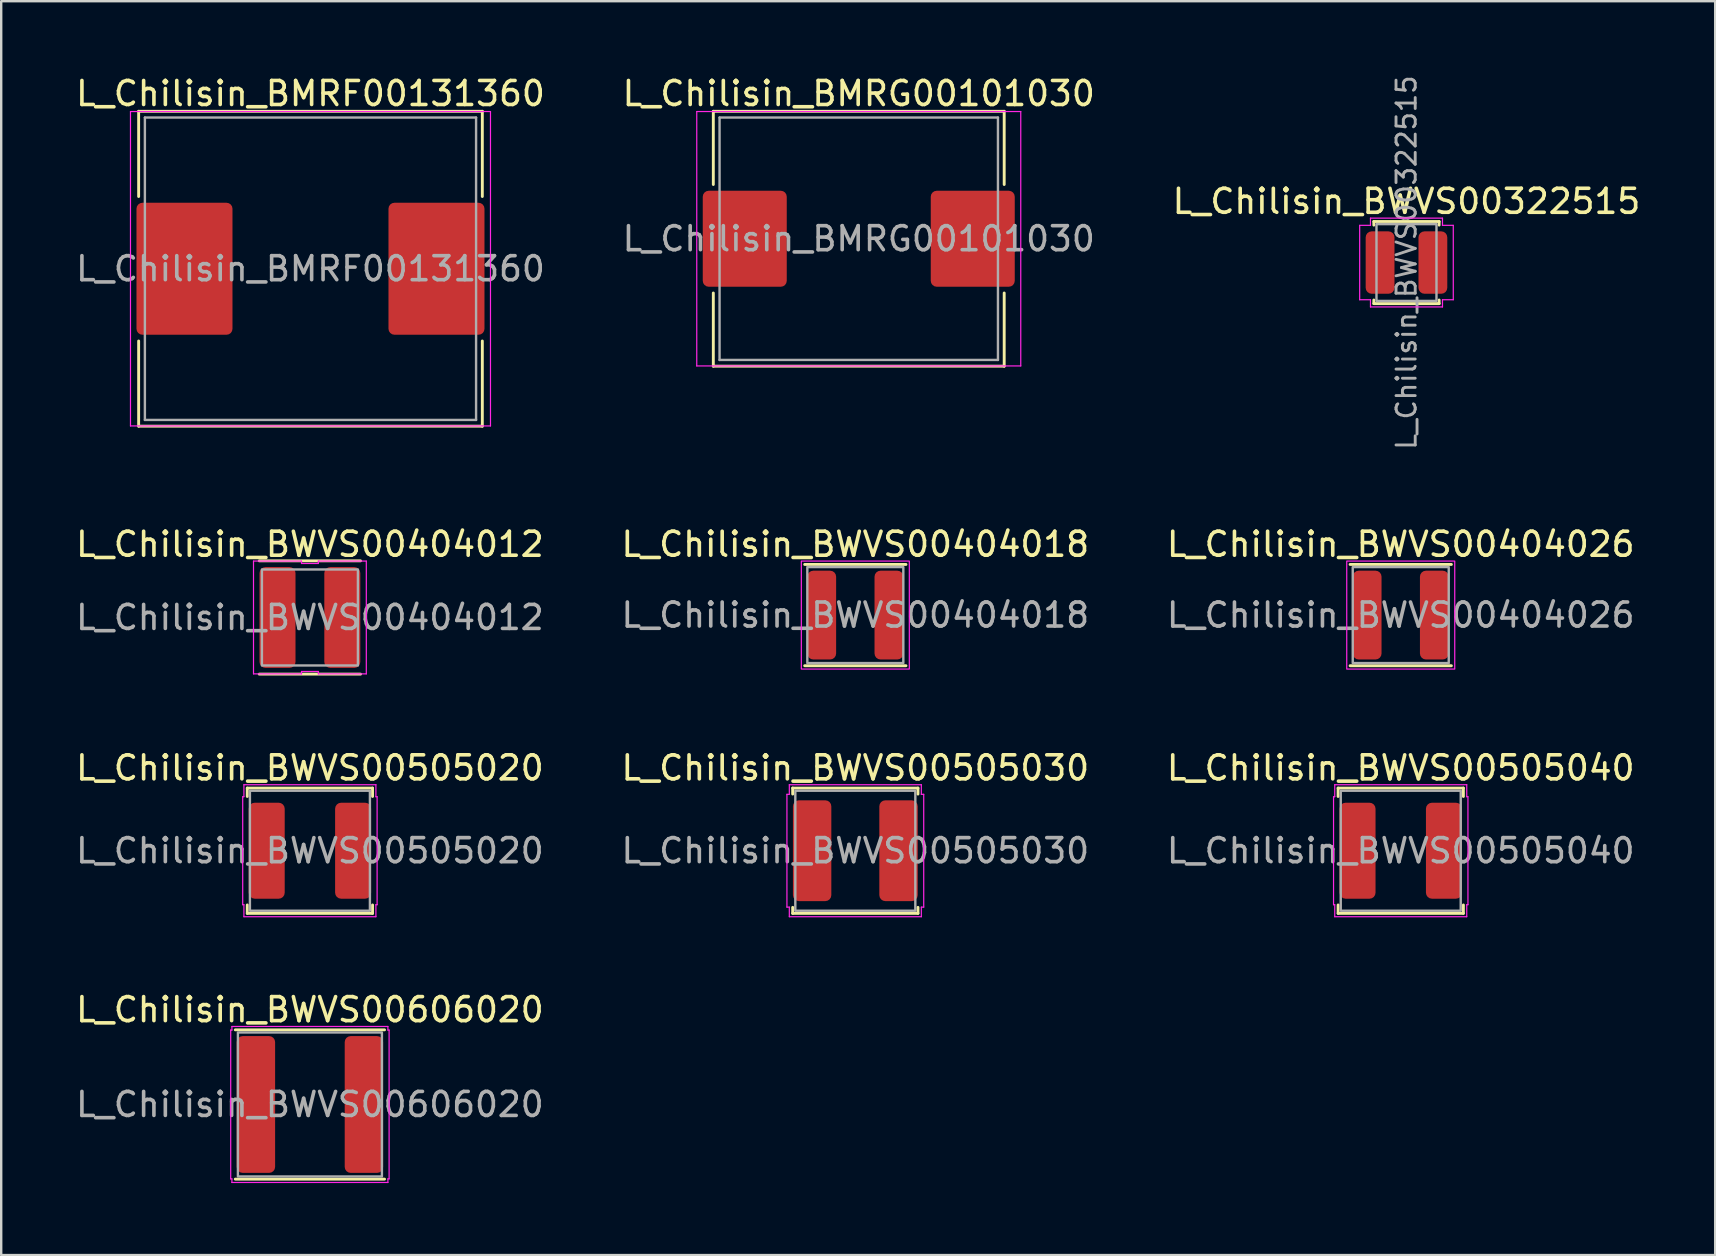
<source format=kicad_pcb>
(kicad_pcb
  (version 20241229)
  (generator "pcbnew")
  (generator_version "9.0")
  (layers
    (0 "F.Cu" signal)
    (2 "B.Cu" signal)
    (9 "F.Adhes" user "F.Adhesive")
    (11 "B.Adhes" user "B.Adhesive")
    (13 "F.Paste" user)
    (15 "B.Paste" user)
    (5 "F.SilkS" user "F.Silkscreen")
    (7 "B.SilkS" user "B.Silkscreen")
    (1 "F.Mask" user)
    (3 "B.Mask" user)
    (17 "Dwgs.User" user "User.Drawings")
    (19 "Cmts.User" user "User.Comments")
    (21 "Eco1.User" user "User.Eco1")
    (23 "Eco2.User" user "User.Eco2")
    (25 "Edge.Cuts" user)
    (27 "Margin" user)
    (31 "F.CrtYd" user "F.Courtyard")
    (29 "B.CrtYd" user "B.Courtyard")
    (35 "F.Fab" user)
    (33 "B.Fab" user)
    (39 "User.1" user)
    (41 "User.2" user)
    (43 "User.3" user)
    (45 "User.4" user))
  (footprint "L_Chilisin_BWVS00505020"
    (layer "F.Cu")
    (at 9.863 32.397)
    (property "Reference" "L_Chilisin_BWVS00505020" (at 0 -3.45 0) (layer "F.SilkS") (effects (font (size 1 1) (thickness 0.15))))
    (attr smd)
    (fp_line (start -2.61 -2.61) (end 2.61 -2.61) (stroke (width 0.12) (type solid)) (layer "F.SilkS"))
    (fp_line (start -2.61 -2.26) (end -2.61 -2.61) (stroke (width 0.12) (type solid)) (layer "F.SilkS"))
    (fp_line (start -2.61 2.61) (end -2.61 2.26) (stroke (width 0.12) (type solid)) (layer "F.SilkS"))
    (fp_line (start 2.61 -2.61) (end 2.61 -2.26) (stroke (width 0.12) (type solid)) (layer "F.SilkS"))
    (fp_line (start 2.61 2.26) (end 2.61 2.61) (stroke (width 0.12) (type solid)) (layer "F.SilkS"))
    (fp_line (start 2.61 2.61) (end -2.61 2.61) (stroke (width 0.12) (type solid)) (layer "F.SilkS"))
    (fp_line (start -2.8 -2.25) (end -2.75 -2.25) (stroke (width 0.05) (type solid)) (layer "F.CrtYd"))
    (fp_line (start -2.8 2.25) (end -2.8 -2.25) (stroke (width 0.05) (type solid)) (layer "F.CrtYd"))
    (fp_line (start -2.75 -2.75) (end 2.75 -2.75) (stroke (width 0.05) (type solid)) (layer "F.CrtYd"))
    (fp_line (start -2.75 -2.25) (end -2.75 -2.75) (stroke (width 0.05) (type solid)) (layer "F.CrtYd"))
    (fp_line (start -2.75 2.25) (end -2.8 2.25) (stroke (width 0.05) (type solid)) (layer "F.CrtYd"))
    (fp_line (start -2.75 2.75) (end -2.75 2.25) (stroke (width 0.05) (type solid)) (layer "F.CrtYd"))
    (fp_line (start 2.75 -2.75) (end 2.75 -2.25) (stroke (width 0.05) (type solid)) (layer "F.CrtYd"))
    (fp_line (start 2.75 -2.25) (end 2.8 -2.25) (stroke (width 0.05) (type solid)) (layer "F.CrtYd"))
    (fp_line (start 2.75 2.25) (end 2.75 2.75) (stroke (width 0.05) (type solid)) (layer "F.CrtYd"))
    (fp_line (start 2.75 2.75) (end -2.75 2.75) (stroke (width 0.05) (type solid)) (layer "F.CrtYd"))
    (fp_line (start 2.8 -2.25) (end 2.8 2.25) (stroke (width 0.05) (type solid)) (layer "F.CrtYd"))
    (fp_line (start 2.8 2.25) (end 2.75 2.25) (stroke (width 0.05) (type solid)) (layer "F.CrtYd"))
    (fp_rect (start -2.5 -2.5) (end 2.5 2.5) (stroke (width 0.1) (type solid)) (fill no) (layer "F.Fab"))
    (fp_text user "${REFERENCE}" (at 0 0 0) (layer "F.Fab") (effects (font (size 1 1) (thickness 0.15))))
    (pad "1" smd roundrect (at -1.8 0) (size 1.5 4) (layers "F.Cu" "F.Mask" "F.Paste") (roundrect_rratio 0.167))
    (pad "2" smd roundrect (at 1.8 0) (size 1.5 4) (layers "F.Cu" "F.Mask" "F.Paste") (roundrect_rratio 0.167)))
  (footprint "L_Chilisin_BWVS00404026"
    (layer "F.Cu")
    (at 55.315 22.579)
    (property "Reference" "L_Chilisin_BWVS00404026" (at 0 -2.95 0) (layer "F.SilkS") (effects (font (size 1 1) (thickness 0.15))))
    (attr smd)
    (fp_line (start -2.11 -2.11) (end 2.11 -2.11) (stroke (width 0.12) (type solid)) (layer "F.SilkS"))
    (fp_line (start 2.11 2.11) (end -2.11 2.11) (stroke (width 0.12) (type solid)) (layer "F.SilkS"))
    (fp_rect (start -2.25 -2.25) (end 2.25 2.25) (stroke (width 0.05) (type solid)) (fill no) (layer "F.CrtYd"))
    (fp_rect (start -2 -2) (end 2 2) (stroke (width 0.1) (type solid)) (fill no) (layer "F.Fab"))
    (fp_text user "${REFERENCE}" (at 0 0 0) (layer "F.Fab") (effects (font (size 1 1) (thickness 0.15))))
    (pad "1" smd roundrect (at -1.4 0) (size 1.2 3.7) (layers "F.Cu" "F.Mask" "F.Paste") (roundrect_rratio 0.208))
    (pad "2" smd roundrect (at 1.4 0) (size 1.2 3.7) (layers "F.Cu" "F.Mask" "F.Paste") (roundrect_rratio 0.208)))
  (footprint "L_Chilisin_BWVS00404018"
    (layer "F.Cu")
    (at 32.589 22.579)
    (property "Reference" "L_Chilisin_BWVS00404018" (at 0 -2.95 0) (layer "F.SilkS") (effects (font (size 1 1) (thickness 0.15))))
    (attr smd)
    (fp_line (start -2.11 -2.11) (end 2.11 -2.11) (stroke (width 0.12) (type solid)) (layer "F.SilkS"))
    (fp_line (start 2.11 2.11) (end -2.11 2.11) (stroke (width 0.12) (type solid)) (layer "F.SilkS"))
    (fp_rect (start -2.25 -2.25) (end 2.25 2.25) (stroke (width 0.05) (type solid)) (fill no) (layer "F.CrtYd"))
    (fp_rect (start -2 -2) (end 2 2) (stroke (width 0.1) (type solid)) (fill no) (layer "F.Fab"))
    (fp_text user "${REFERENCE}" (at 0 0 0) (layer "F.Fab") (effects (font (size 1 1) (thickness 0.15))))
    (pad "1" smd roundrect (at -1.4 0) (size 1.2 3.7) (layers "F.Cu" "F.Mask" "F.Paste") (roundrect_rratio 0.208))
    (pad "2" smd roundrect (at 1.4 0) (size 1.2 3.7) (layers "F.Cu" "F.Mask" "F.Paste") (roundrect_rratio 0.208)))
  (footprint "L_Chilisin_BMRG00101030"
    (layer "F.Cu")
    (at 32.732 6.898)
    (property "Reference" "L_Chilisin_BMRG00101030" (at 0 -6.05 0) (layer "F.SilkS") (effects (font (size 1 1) (thickness 0.15))))
    (attr smd)
    (fp_line (start -6.06 -5.31) (end -6.06 -2.26) (stroke (width 0.12) (type solid)) (layer "F.SilkS"))
    (fp_line (start -6.06 -5.31) (end 6.06 -5.31) (stroke (width 0.12) (type solid)) (layer "F.SilkS"))
    (fp_line (start -6.06 5.31) (end -6.06 2.26) (stroke (width 0.12) (type solid)) (layer "F.SilkS"))
    (fp_line (start -6.06 5.31) (end 6.06 5.31) (stroke (width 0.12) (type solid)) (layer "F.SilkS"))
    (fp_line (start 6.06 -5.31) (end 6.06 -2.26) (stroke (width 0.12) (type solid)) (layer "F.SilkS"))
    (fp_line (start 6.06 5.31) (end 6.06 2.26) (stroke (width 0.12) (type solid)) (layer "F.SilkS"))
    (fp_line (start -6.75 -5.3) (end -6.75 5.3) (stroke (width 0.05) (type solid)) (layer "F.CrtYd"))
    (fp_line (start -6.75 5.3) (end 6.75 5.3) (stroke (width 0.05) (type solid)) (layer "F.CrtYd"))
    (fp_line (start 6.75 -5.3) (end -6.75 -5.3) (stroke (width 0.05) (type solid)) (layer "F.CrtYd"))
    (fp_line (start 6.75 5.3) (end 6.75 -5.3) (stroke (width 0.05) (type solid)) (layer "F.CrtYd"))
    (fp_line (start -5.8 -5.05) (end -5.8 5.05) (stroke (width 0.1) (type solid)) (layer "F.Fab"))
    (fp_line (start -5.8 5.05) (end 5.8 5.05) (stroke (width 0.1) (type solid)) (layer "F.Fab"))
    (fp_line (start 5.8 -5.05) (end -5.8 -5.05) (stroke (width 0.1) (type solid)) (layer "F.Fab"))
    (fp_line (start 5.8 5.05) (end 5.8 -5.05) (stroke (width 0.1) (type solid)) (layer "F.Fab"))
    (fp_text user "${REFERENCE}" (at 0 0 0) (layer "F.Fab") (effects (font (size 1 1) (thickness 0.15))))
    (pad "1" smd roundrect (at -4.75 0) (size 3.5 4) (layers "F.Cu" "F.Mask" "F.Paste") (roundrect_rratio 0.071))
    (pad "2" smd roundrect (at 4.75 0) (size 3.5 4) (layers "F.Cu" "F.Mask" "F.Paste") (roundrect_rratio 0.071)))
  (footprint "L_Chilisin_BWVS00322515"
    (layer "F.Cu")
    (at 55.554 7.89)
    (property "Reference" "L_Chilisin_BWVS00322515" (at 0 -2.55 0) (layer "F.SilkS") (effects (font (size 1 1) (thickness 0.15))))
    (attr smd)
    (fp_line (start -1.36 -1.71) (end 1.36 -1.71) (stroke (width 0.12) (type solid)) (layer "F.SilkS"))
    (fp_line (start -1.36 -1.56) (end -1.36 -1.71) (stroke (width 0.12) (type solid)) (layer "F.SilkS"))
    (fp_line (start -1.36 1.71) (end -1.36 1.56) (stroke (width 0.12) (type solid)) (layer "F.SilkS"))
    (fp_line (start 1.36 -1.71) (end 1.36 -1.56) (stroke (width 0.12) (type solid)) (layer "F.SilkS"))
    (fp_line (start 1.36 1.56) (end 1.36 1.71) (stroke (width 0.12) (type solid)) (layer "F.SilkS"))
    (fp_line (start 1.36 1.71) (end -1.36 1.71) (stroke (width 0.12) (type solid)) (layer "F.SilkS"))
    (fp_line (start -1.95 -1.55) (end -1.5 -1.55) (stroke (width 0.05) (type solid)) (layer "F.CrtYd"))
    (fp_line (start -1.95 1.55) (end -1.95 -1.55) (stroke (width 0.05) (type solid)) (layer "F.CrtYd"))
    (fp_line (start -1.5 -1.85) (end 1.5 -1.85) (stroke (width 0.05) (type solid)) (layer "F.CrtYd"))
    (fp_line (start -1.5 -1.55) (end -1.5 -1.85) (stroke (width 0.05) (type solid)) (layer "F.CrtYd"))
    (fp_line (start -1.5 1.55) (end -1.95 1.55) (stroke (width 0.05) (type solid)) (layer "F.CrtYd"))
    (fp_line (start -1.5 1.85) (end -1.5 1.55) (stroke (width 0.05) (type solid)) (layer "F.CrtYd"))
    (fp_line (start 1.5 -1.85) (end 1.5 -1.55) (stroke (width 0.05) (type solid)) (layer "F.CrtYd"))
    (fp_line (start 1.5 -1.55) (end 1.95 -1.55) (stroke (width 0.05) (type solid)) (layer "F.CrtYd"))
    (fp_line (start 1.5 1.55) (end 1.5 1.85) (stroke (width 0.05) (type solid)) (layer "F.CrtYd"))
    (fp_line (start 1.5 1.85) (end -1.5 1.85) (stroke (width 0.05) (type solid)) (layer "F.CrtYd"))
    (fp_line (start 1.95 -1.55) (end 1.95 1.55) (stroke (width 0.05) (type solid)) (layer "F.CrtYd"))
    (fp_line (start 1.95 1.55) (end 1.5 1.55) (stroke (width 0.05) (type solid)) (layer "F.CrtYd"))
    (fp_rect (start -1.25 -1.6) (end 1.25 1.6) (stroke (width 0.1) (type solid)) (fill no) (layer "F.Fab"))
    (fp_text user "${REFERENCE}" (at 0 0 90) (layer "F.Fab") (effects (font (size 0.8 0.8) (thickness 0.12))))
    (pad "1" smd roundrect (at -1.1 0) (size 1.2 2.6) (layers "F.Cu" "F.Mask" "F.Paste") (roundrect_rratio 0.208))
    (pad "2" smd roundrect (at 1.1 0) (size 1.2 2.6) (layers "F.Cu" "F.Mask" "F.Paste") (roundrect_rratio 0.208)))
  (footprint "L_Chilisin_BWVS00606020"
    (layer "F.Cu")
    (at 9.863 42.971)
    (property "Reference" "L_Chilisin_BWVS00606020" (at 0 -3.95 0) (layer "F.SilkS") (effects (font (size 1 1) (thickness 0.15))))
    (attr smd)
    (fp_line (start -3.11 -3.11) (end 3.11 -3.11) (stroke (width 0.12) (type solid)) (layer "F.SilkS"))
    (fp_line (start 3.11 3.11) (end -3.11 3.11) (stroke (width 0.12) (type solid)) (layer "F.SilkS"))
    (fp_line (start -3.3 -3.1) (end -3.25 -3.1) (stroke (width 0.05) (type solid)) (layer "F.CrtYd"))
    (fp_line (start -3.3 3.1) (end -3.3 -3.1) (stroke (width 0.05) (type solid)) (layer "F.CrtYd"))
    (fp_line (start -3.25 -3.25) (end 3.25 -3.25) (stroke (width 0.05) (type solid)) (layer "F.CrtYd"))
    (fp_line (start -3.25 -3.1) (end -3.25 -3.25) (stroke (width 0.05) (type solid)) (layer "F.CrtYd"))
    (fp_line (start -3.25 3.1) (end -3.3 3.1) (stroke (width 0.05) (type solid)) (layer "F.CrtYd"))
    (fp_line (start -3.25 3.25) (end -3.25 3.1) (stroke (width 0.05) (type solid)) (layer "F.CrtYd"))
    (fp_line (start 3.25 -3.25) (end 3.25 -3.1) (stroke (width 0.05) (type solid)) (layer "F.CrtYd"))
    (fp_line (start 3.25 -3.1) (end 3.3 -3.1) (stroke (width 0.05) (type solid)) (layer "F.CrtYd"))
    (fp_line (start 3.25 3.1) (end 3.25 3.25) (stroke (width 0.05) (type solid)) (layer "F.CrtYd"))
    (fp_line (start 3.25 3.25) (end -3.25 3.25) (stroke (width 0.05) (type solid)) (layer "F.CrtYd"))
    (fp_line (start 3.3 -3.1) (end 3.3 3.1) (stroke (width 0.05) (type solid)) (layer "F.CrtYd"))
    (fp_line (start 3.3 3.1) (end 3.25 3.1) (stroke (width 0.05) (type solid)) (layer "F.CrtYd"))
    (fp_rect (start -3 -3) (end 3 3) (stroke (width 0.1) (type solid)) (fill no) (layer "F.Fab"))
    (fp_text user "${REFERENCE}" (at 0 0 0) (layer "F.Fab") (effects (font (size 1 1) (thickness 0.15))))
    (pad "1" smd roundrect (at -2.25 0) (size 1.6 5.7) (layers "F.Cu" "F.Mask" "F.Paste") (roundrect_rratio 0.156))
    (pad "2" smd roundrect (at 2.25 0) (size 1.6 5.7) (layers "F.Cu" "F.Mask" "F.Paste") (roundrect_rratio 0.156)))
  (footprint "L_Chilisin_BMRF00131360"
    (layer "F.Cu")
    (at 9.887 8.148)
    (property "Reference" "L_Chilisin_BMRF00131360" (at 0 -7.3 0) (layer "F.SilkS") (effects (font (size 1 1) (thickness 0.15))))
    (attr smd)
    (fp_line (start -7.16 -6.56) (end -7.16 -3.01) (stroke (width 0.12) (type solid)) (layer "F.SilkS"))
    (fp_line (start -7.16 -6.56) (end 7.16 -6.56) (stroke (width 0.12) (type solid)) (layer "F.SilkS"))
    (fp_line (start -7.16 6.56) (end -7.16 3.01) (stroke (width 0.12) (type solid)) (layer "F.SilkS"))
    (fp_line (start -7.16 6.56) (end 7.16 6.56) (stroke (width 0.12) (type solid)) (layer "F.SilkS"))
    (fp_line (start 7.16 -6.56) (end 7.16 -3.01) (stroke (width 0.12) (type solid)) (layer "F.SilkS"))
    (fp_line (start 7.16 6.56) (end 7.16 3.01) (stroke (width 0.12) (type solid)) (layer "F.SilkS"))
    (fp_line (start -7.5 -6.55) (end -7.5 6.55) (stroke (width 0.05) (type solid)) (layer "F.CrtYd"))
    (fp_line (start -7.5 6.55) (end 7.5 6.55) (stroke (width 0.05) (type solid)) (layer "F.CrtYd"))
    (fp_line (start 7.5 -6.55) (end -7.5 -6.55) (stroke (width 0.05) (type solid)) (layer "F.CrtYd"))
    (fp_line (start 7.5 6.55) (end 7.5 -6.55) (stroke (width 0.05) (type solid)) (layer "F.CrtYd"))
    (fp_line (start -6.9 -6.3) (end -6.9 6.3) (stroke (width 0.1) (type solid)) (layer "F.Fab"))
    (fp_line (start -6.9 6.3) (end 6.9 6.3) (stroke (width 0.1) (type solid)) (layer "F.Fab"))
    (fp_line (start 6.9 -6.3) (end -6.9 -6.3) (stroke (width 0.1) (type solid)) (layer "F.Fab"))
    (fp_line (start 6.9 6.3) (end 6.9 -6.3) (stroke (width 0.1) (type solid)) (layer "F.Fab"))
    (fp_text user "${REFERENCE}" (at 0 0 0) (layer "F.Fab") (effects (font (size 1 1) (thickness 0.15))))
    (pad "1" smd roundrect (at -5.25 0) (size 4 5.5) (layers "F.Cu" "F.Mask" "F.Paste") (roundrect_rratio 0.062))
    (pad "2" smd roundrect (at 5.25 0) (size 4 5.5) (layers "F.Cu" "F.Mask" "F.Paste") (roundrect_rratio 0.062)))
  (footprint "L_Chilisin_BWVS00505030"
    (layer "F.Cu")
    (at 32.589 32.397)
    (property "Reference" "L_Chilisin_BWVS00505030" (at 0 -3.45 0) (layer "F.SilkS") (effects (font (size 1 1) (thickness 0.15))))
    (attr smd)
    (fp_line (start -2.61 -2.61) (end 2.61 -2.61) (stroke (width 0.12) (type solid)) (layer "F.SilkS"))
    (fp_line (start -2.61 -2.36) (end -2.61 -2.61) (stroke (width 0.12) (type solid)) (layer "F.SilkS"))
    (fp_line (start -2.61 2.61) (end -2.61 2.36) (stroke (width 0.12) (type solid)) (layer "F.SilkS"))
    (fp_line (start 2.61 -2.61) (end 2.61 -2.36) (stroke (width 0.12) (type solid)) (layer "F.SilkS"))
    (fp_line (start 2.61 2.36) (end 2.61 2.61) (stroke (width 0.12) (type solid)) (layer "F.SilkS"))
    (fp_line (start 2.61 2.61) (end -2.61 2.61) (stroke (width 0.12) (type solid)) (layer "F.SilkS"))
    (fp_line (start -2.85 -2.35) (end -2.75 -2.35) (stroke (width 0.05) (type solid)) (layer "F.CrtYd"))
    (fp_line (start -2.85 2.35) (end -2.85 -2.35) (stroke (width 0.05) (type solid)) (layer "F.CrtYd"))
    (fp_line (start -2.75 -2.75) (end 2.75 -2.75) (stroke (width 0.05) (type solid)) (layer "F.CrtYd"))
    (fp_line (start -2.75 -2.35) (end -2.75 -2.75) (stroke (width 0.05) (type solid)) (layer "F.CrtYd"))
    (fp_line (start -2.75 2.35) (end -2.85 2.35) (stroke (width 0.05) (type solid)) (layer "F.CrtYd"))
    (fp_line (start -2.75 2.75) (end -2.75 2.35) (stroke (width 0.05) (type solid)) (layer "F.CrtYd"))
    (fp_line (start 2.75 -2.75) (end 2.75 -2.35) (stroke (width 0.05) (type solid)) (layer "F.CrtYd"))
    (fp_line (start 2.75 -2.35) (end 2.85 -2.35) (stroke (width 0.05) (type solid)) (layer "F.CrtYd"))
    (fp_line (start 2.75 2.35) (end 2.75 2.75) (stroke (width 0.05) (type solid)) (layer "F.CrtYd"))
    (fp_line (start 2.75 2.75) (end -2.75 2.75) (stroke (width 0.05) (type solid)) (layer "F.CrtYd"))
    (fp_line (start 2.85 -2.35) (end 2.85 2.35) (stroke (width 0.05) (type solid)) (layer "F.CrtYd"))
    (fp_line (start 2.85 2.35) (end 2.75 2.35) (stroke (width 0.05) (type solid)) (layer "F.CrtYd"))
    (fp_rect (start -2.5 -2.5) (end 2.5 2.5) (stroke (width 0.1) (type solid)) (fill no) (layer "F.Fab"))
    (fp_text user "${REFERENCE}" (at 0 0 0) (layer "F.Fab") (effects (font (size 1 1) (thickness 0.15))))
    (pad "1" smd roundrect (at -1.8 0) (size 1.6 4.2) (layers "F.Cu" "F.Mask" "F.Paste") (roundrect_rratio 0.156))
    (pad "2" smd roundrect (at 1.8 0) (size 1.6 4.2) (layers "F.Cu" "F.Mask" "F.Paste") (roundrect_rratio 0.156)))
  (footprint "L_Chilisin_BWVS00505040"
    (layer "F.Cu")
    (at 55.315 32.397)
    (property "Reference" "L_Chilisin_BWVS00505040" (at 0 -3.45 0) (layer "F.SilkS") (effects (font (size 1 1) (thickness 0.15))))
    (attr smd)
    (fp_line (start -2.61 -2.61) (end 2.61 -2.61) (stroke (width 0.12) (type solid)) (layer "F.SilkS"))
    (fp_line (start -2.61 -2.26) (end -2.61 -2.61) (stroke (width 0.12) (type solid)) (layer "F.SilkS"))
    (fp_line (start -2.61 2.61) (end -2.61 2.26) (stroke (width 0.12) (type solid)) (layer "F.SilkS"))
    (fp_line (start 2.61 -2.61) (end 2.61 -2.26) (stroke (width 0.12) (type solid)) (layer "F.SilkS"))
    (fp_line (start 2.61 2.26) (end 2.61 2.61) (stroke (width 0.12) (type solid)) (layer "F.SilkS"))
    (fp_line (start 2.61 2.61) (end -2.61 2.61) (stroke (width 0.12) (type solid)) (layer "F.SilkS"))
    (fp_line (start -2.8 -2.25) (end -2.75 -2.25) (stroke (width 0.05) (type solid)) (layer "F.CrtYd"))
    (fp_line (start -2.8 2.25) (end -2.8 -2.25) (stroke (width 0.05) (type solid)) (layer "F.CrtYd"))
    (fp_line (start -2.75 -2.75) (end 2.75 -2.75) (stroke (width 0.05) (type solid)) (layer "F.CrtYd"))
    (fp_line (start -2.75 -2.25) (end -2.75 -2.75) (stroke (width 0.05) (type solid)) (layer "F.CrtYd"))
    (fp_line (start -2.75 2.25) (end -2.8 2.25) (stroke (width 0.05) (type solid)) (layer "F.CrtYd"))
    (fp_line (start -2.75 2.75) (end -2.75 2.25) (stroke (width 0.05) (type solid)) (layer "F.CrtYd"))
    (fp_line (start 2.75 -2.75) (end 2.75 -2.25) (stroke (width 0.05) (type solid)) (layer "F.CrtYd"))
    (fp_line (start 2.75 -2.25) (end 2.8 -2.25) (stroke (width 0.05) (type solid)) (layer "F.CrtYd"))
    (fp_line (start 2.75 2.25) (end 2.75 2.75) (stroke (width 0.05) (type solid)) (layer "F.CrtYd"))
    (fp_line (start 2.75 2.75) (end -2.75 2.75) (stroke (width 0.05) (type solid)) (layer "F.CrtYd"))
    (fp_line (start 2.8 -2.25) (end 2.8 2.25) (stroke (width 0.05) (type solid)) (layer "F.CrtYd"))
    (fp_line (start 2.8 2.25) (end 2.75 2.25) (stroke (width 0.05) (type solid)) (layer "F.CrtYd"))
    (fp_rect (start -2.5 -2.5) (end 2.5 2.5) (stroke (width 0.1) (type solid)) (fill no) (layer "F.Fab"))
    (fp_text user "${REFERENCE}" (at 0 0 0) (layer "F.Fab") (effects (font (size 1 1) (thickness 0.15))))
    (pad "1" smd roundrect (at -1.8 0) (size 1.5 4) (layers "F.Cu" "F.Mask" "F.Paste") (roundrect_rratio 0.167))
    (pad "2" smd roundrect (at 1.8 0) (size 1.5 4) (layers "F.Cu" "F.Mask" "F.Paste") (roundrect_rratio 0.167)))
  (footprint "L_Chilisin_BWVS00404012"
    (layer "F.Cu")
    (at 9.863 22.679)
    (property "Reference" "L_Chilisin_BWVS00404012" (at 0 -3.05 0) (layer "F.SilkS") (effects (font (size 1 1) (thickness 0.15))))
    (attr smd)
    (fp_line (start -2.11 -2.36) (end 2.11 -2.36) (stroke (width 0.12) (type solid)) (layer "F.SilkS"))
    (fp_line (start 2.11 2.36) (end -2.11 2.36) (stroke (width 0.12) (type solid)) (layer "F.SilkS"))
    (fp_line (start -2.35 -2.35) (end -0.35 -2.35) (stroke (width 0.05) (type solid)) (layer "F.CrtYd"))
    (fp_line (start -2.35 2.35) (end -2.35 -2.35) (stroke (width 0.05) (type solid)) (layer "F.CrtYd"))
    (fp_line (start -0.35 -2.35) (end -0.35 -2.25) (stroke (width 0.05) (type solid)) (layer "F.CrtYd"))
    (fp_line (start -0.35 -2.25) (end 0.35 -2.25) (stroke (width 0.05) (type solid)) (layer "F.CrtYd"))
    (fp_line (start -0.35 2.25) (end -0.35 2.35) (stroke (width 0.05) (type solid)) (layer "F.CrtYd"))
    (fp_line (start -0.35 2.35) (end -2.35 2.35) (stroke (width 0.05) (type solid)) (layer "F.CrtYd"))
    (fp_line (start 0.35 -2.35) (end 2.35 -2.35) (stroke (width 0.05) (type solid)) (layer "F.CrtYd"))
    (fp_line (start 0.35 -2.25) (end 0.35 -2.35) (stroke (width 0.05) (type solid)) (layer "F.CrtYd"))
    (fp_line (start 0.35 2.25) (end -0.35 2.25) (stroke (width 0.05) (type solid)) (layer "F.CrtYd"))
    (fp_line (start 0.35 2.35) (end 0.35 2.25) (stroke (width 0.05) (type solid)) (layer "F.CrtYd"))
    (fp_line (start 2.35 -2.35) (end 2.35 2.35) (stroke (width 0.05) (type solid)) (layer "F.CrtYd"))
    (fp_line (start 2.35 2.35) (end 0.35 2.35) (stroke (width 0.05) (type solid)) (layer "F.CrtYd"))
    (fp_rect (start -2 -2) (end 2 2) (stroke (width 0.1) (type solid)) (fill no) (layer "F.Fab"))
    (fp_text user "${REFERENCE}" (at 0 0 0) (layer "F.Fab") (effects (font (size 1 1) (thickness 0.15))))
    (pad "1" smd roundrect (at -1.35 0) (size 1.5 4.2) (layers "F.Cu" "F.Mask" "F.Paste") (roundrect_rratio 0.167))
    (pad "2" smd roundrect (at 1.35 0) (size 1.5 4.2) (layers "F.Cu" "F.Mask" "F.Paste") (roundrect_rratio 0.167)))
  (gr_rect
    (start -3 -3)
    (end 68.417 49.246)
    (stroke (width 0.1) (type default))
    (fill no)
    (layer "Edge.Cuts")))
</source>
